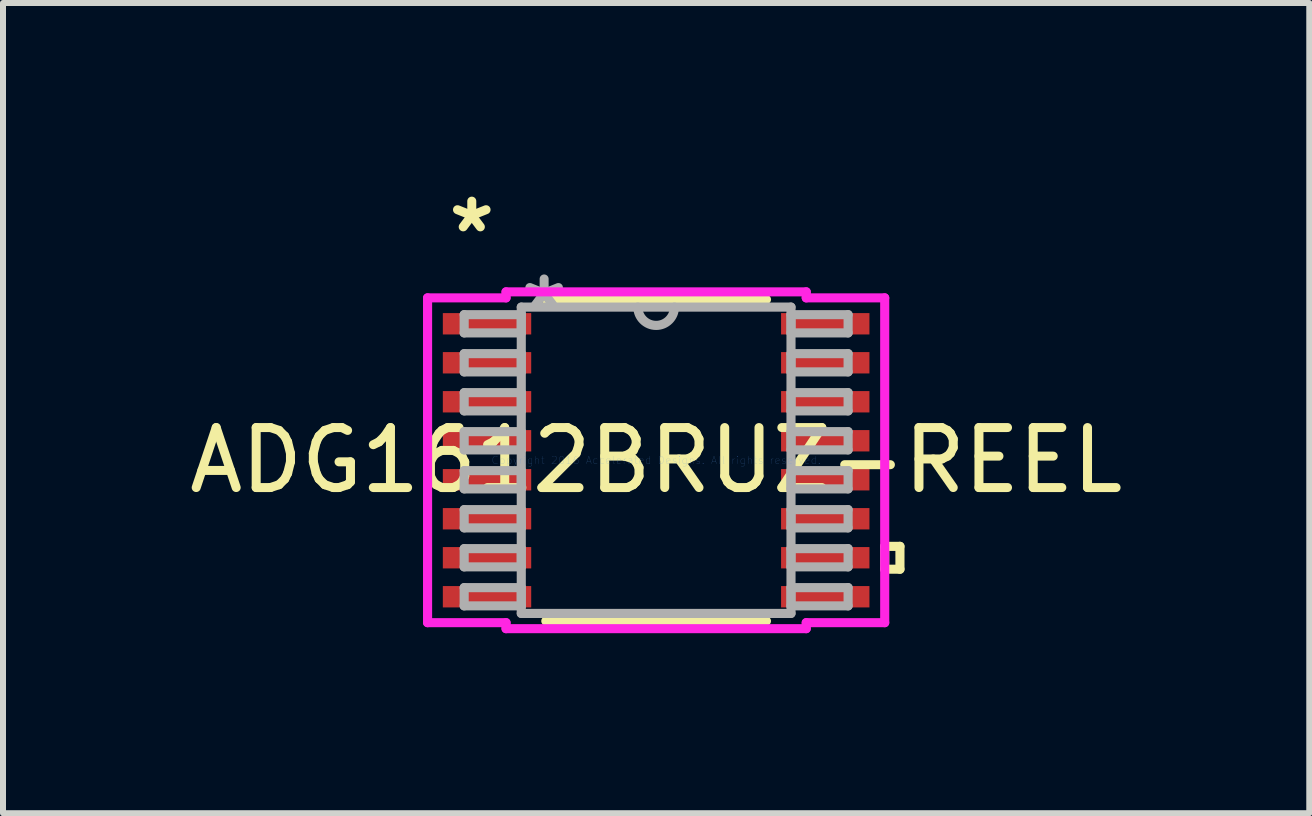
<source format=kicad_pcb>
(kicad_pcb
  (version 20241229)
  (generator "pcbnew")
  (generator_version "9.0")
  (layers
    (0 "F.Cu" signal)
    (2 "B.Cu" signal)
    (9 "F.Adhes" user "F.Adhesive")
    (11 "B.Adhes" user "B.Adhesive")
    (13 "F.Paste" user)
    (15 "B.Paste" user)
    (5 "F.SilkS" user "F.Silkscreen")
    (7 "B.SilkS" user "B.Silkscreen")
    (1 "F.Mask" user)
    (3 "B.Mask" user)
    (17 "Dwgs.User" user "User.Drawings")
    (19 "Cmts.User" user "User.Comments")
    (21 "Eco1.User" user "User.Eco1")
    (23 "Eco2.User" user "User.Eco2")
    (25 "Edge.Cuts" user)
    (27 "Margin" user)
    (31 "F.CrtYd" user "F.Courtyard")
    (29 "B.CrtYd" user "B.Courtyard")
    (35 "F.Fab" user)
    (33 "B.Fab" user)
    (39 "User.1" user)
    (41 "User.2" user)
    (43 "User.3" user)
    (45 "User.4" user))
  (footprint "ADG1612BRUZ-REEL"
    (layer "F.Cu")
    (at 7.887 4.622)
    (property "Reference" "ADG1612BRUZ-REEL" (at 0 0 0) (layer "F.SilkS") (effects (font (size 1 1) (thickness 0.15))))
    (attr through_hole)
    (fp_line (start -1.839 2.68) (end 1.839 2.68) (stroke (width 0.152) (type solid)) (layer "F.SilkS"))
    (fp_line (start 1.839 -2.68) (end -1.839 -2.68) (stroke (width 0.152) (type solid)) (layer "F.SilkS"))
    (fp_line (start 3.81 1.435) (end 4.064 1.435) (stroke (width 0.152) (type solid)) (layer "F.SilkS"))
    (fp_line (start 3.81 1.816) (end 3.81 1.435) (stroke (width 0.152) (type solid)) (layer "F.SilkS"))
    (fp_line (start 4.064 1.435) (end 4.064 1.816) (stroke (width 0.152) (type solid)) (layer "F.SilkS"))
    (fp_line (start 4.064 1.816) (end 3.81 1.816) (stroke (width 0.152) (type solid)) (layer "F.SilkS"))
    (fp_line (start -3.81 -2.707) (end -2.502 -2.707) (stroke (width 0.152) (type solid)) (layer "F.CrtYd"))
    (fp_line (start -3.81 2.707) (end -3.81 -2.707) (stroke (width 0.152) (type solid)) (layer "F.CrtYd"))
    (fp_line (start -2.502 -2.807) (end 2.502 -2.807) (stroke (width 0.152) (type solid)) (layer "F.CrtYd"))
    (fp_line (start -2.502 -2.707) (end -2.502 -2.807) (stroke (width 0.152) (type solid)) (layer "F.CrtYd"))
    (fp_line (start -2.502 2.707) (end -3.81 2.707) (stroke (width 0.152) (type solid)) (layer "F.CrtYd"))
    (fp_line (start -2.502 2.807) (end -2.502 2.707) (stroke (width 0.152) (type solid)) (layer "F.CrtYd"))
    (fp_line (start 2.502 -2.807) (end 2.502 -2.707) (stroke (width 0.152) (type solid)) (layer "F.CrtYd"))
    (fp_line (start 2.502 -2.707) (end 3.81 -2.707) (stroke (width 0.152) (type solid)) (layer "F.CrtYd"))
    (fp_line (start 2.502 2.707) (end 2.502 2.807) (stroke (width 0.152) (type solid)) (layer "F.CrtYd"))
    (fp_line (start 2.502 2.807) (end -2.502 2.807) (stroke (width 0.152) (type solid)) (layer "F.CrtYd"))
    (fp_line (start 3.81 -2.707) (end 3.81 2.707) (stroke (width 0.152) (type solid)) (layer "F.CrtYd"))
    (fp_line (start 3.81 2.707) (end 2.502 2.707) (stroke (width 0.152) (type solid)) (layer "F.CrtYd"))
    (fp_line (start -3.2 -2.427) (end -3.2 -2.123) (stroke (width 0.152) (type solid)) (layer "F.Fab"))
    (fp_line (start -3.2 -2.123) (end -2.248 -2.123) (stroke (width 0.152) (type solid)) (layer "F.Fab"))
    (fp_line (start -3.2 -1.777) (end -3.2 -1.473) (stroke (width 0.152) (type solid)) (layer "F.Fab"))
    (fp_line (start -3.2 -1.473) (end -2.248 -1.473) (stroke (width 0.152) (type solid)) (layer "F.Fab"))
    (fp_line (start -3.2 -1.127) (end -3.2 -0.823) (stroke (width 0.152) (type solid)) (layer "F.Fab"))
    (fp_line (start -3.2 -0.823) (end -2.248 -0.823) (stroke (width 0.152) (type solid)) (layer "F.Fab"))
    (fp_line (start -3.2 -0.477) (end -3.2 -0.173) (stroke (width 0.152) (type solid)) (layer "F.Fab"))
    (fp_line (start -3.2 -0.173) (end -2.248 -0.173) (stroke (width 0.152) (type solid)) (layer "F.Fab"))
    (fp_line (start -3.2 0.173) (end -3.2 0.477) (stroke (width 0.152) (type solid)) (layer "F.Fab"))
    (fp_line (start -3.2 0.477) (end -2.248 0.477) (stroke (width 0.152) (type solid)) (layer "F.Fab"))
    (fp_line (start -3.2 0.823) (end -3.2 1.127) (stroke (width 0.152) (type solid)) (layer "F.Fab"))
    (fp_line (start -3.2 1.127) (end -2.248 1.127) (stroke (width 0.152) (type solid)) (layer "F.Fab"))
    (fp_line (start -3.2 1.473) (end -3.2 1.777) (stroke (width 0.152) (type solid)) (layer "F.Fab"))
    (fp_line (start -3.2 1.777) (end -2.248 1.777) (stroke (width 0.152) (type solid)) (layer "F.Fab"))
    (fp_line (start -3.2 2.123) (end -3.2 2.427) (stroke (width 0.152) (type solid)) (layer "F.Fab"))
    (fp_line (start -3.2 2.427) (end -2.248 2.427) (stroke (width 0.152) (type solid)) (layer "F.Fab"))
    (fp_line (start -2.248 -2.553) (end -2.248 2.553) (stroke (width 0.152) (type solid)) (layer "F.Fab"))
    (fp_line (start -2.248 -2.427) (end -3.2 -2.427) (stroke (width 0.152) (type solid)) (layer "F.Fab"))
    (fp_line (start -2.248 -2.123) (end -2.248 -2.427) (stroke (width 0.152) (type solid)) (layer "F.Fab"))
    (fp_line (start -2.248 -1.777) (end -3.2 -1.777) (stroke (width 0.152) (type solid)) (layer "F.Fab"))
    (fp_line (start -2.248 -1.473) (end -2.248 -1.777) (stroke (width 0.152) (type solid)) (layer "F.Fab"))
    (fp_line (start -2.248 -1.127) (end -3.2 -1.127) (stroke (width 0.152) (type solid)) (layer "F.Fab"))
    (fp_line (start -2.248 -0.823) (end -2.248 -1.127) (stroke (width 0.152) (type solid)) (layer "F.Fab"))
    (fp_line (start -2.248 -0.477) (end -3.2 -0.477) (stroke (width 0.152) (type solid)) (layer "F.Fab"))
    (fp_line (start -2.248 -0.173) (end -2.248 -0.477) (stroke (width 0.152) (type solid)) (layer "F.Fab"))
    (fp_line (start -2.248 0.173) (end -3.2 0.173) (stroke (width 0.152) (type solid)) (layer "F.Fab"))
    (fp_line (start -2.248 0.477) (end -2.248 0.173) (stroke (width 0.152) (type solid)) (layer "F.Fab"))
    (fp_line (start -2.248 0.823) (end -3.2 0.823) (stroke (width 0.152) (type solid)) (layer "F.Fab"))
    (fp_line (start -2.248 1.127) (end -2.248 0.823) (stroke (width 0.152) (type solid)) (layer "F.Fab"))
    (fp_line (start -2.248 1.473) (end -3.2 1.473) (stroke (width 0.152) (type solid)) (layer "F.Fab"))
    (fp_line (start -2.248 1.777) (end -2.248 1.473) (stroke (width 0.152) (type solid)) (layer "F.Fab"))
    (fp_line (start -2.248 2.123) (end -3.2 2.123) (stroke (width 0.152) (type solid)) (layer "F.Fab"))
    (fp_line (start -2.248 2.427) (end -2.248 2.123) (stroke (width 0.152) (type solid)) (layer "F.Fab"))
    (fp_line (start -2.248 2.553) (end 2.248 2.553) (stroke (width 0.152) (type solid)) (layer "F.Fab"))
    (fp_line (start 2.248 -2.553) (end -2.248 -2.553) (stroke (width 0.152) (type solid)) (layer "F.Fab"))
    (fp_line (start 2.248 -2.427) (end 2.248 -2.123) (stroke (width 0.152) (type solid)) (layer "F.Fab"))
    (fp_line (start 2.248 -2.123) (end 3.2 -2.123) (stroke (width 0.152) (type solid)) (layer "F.Fab"))
    (fp_line (start 2.248 -1.777) (end 2.248 -1.473) (stroke (width 0.152) (type solid)) (layer "F.Fab"))
    (fp_line (start 2.248 -1.473) (end 3.2 -1.473) (stroke (width 0.152) (type solid)) (layer "F.Fab"))
    (fp_line (start 2.248 -1.127) (end 2.248 -0.823) (stroke (width 0.152) (type solid)) (layer "F.Fab"))
    (fp_line (start 2.248 -0.823) (end 3.2 -0.823) (stroke (width 0.152) (type solid)) (layer "F.Fab"))
    (fp_line (start 2.248 -0.477) (end 2.248 -0.173) (stroke (width 0.152) (type solid)) (layer "F.Fab"))
    (fp_line (start 2.248 -0.173) (end 3.2 -0.173) (stroke (width 0.152) (type solid)) (layer "F.Fab"))
    (fp_line (start 2.248 0.173) (end 2.248 0.477) (stroke (width 0.152) (type solid)) (layer "F.Fab"))
    (fp_line (start 2.248 0.477) (end 3.2 0.477) (stroke (width 0.152) (type solid)) (layer "F.Fab"))
    (fp_line (start 2.248 0.823) (end 2.248 1.127) (stroke (width 0.152) (type solid)) (layer "F.Fab"))
    (fp_line (start 2.248 1.127) (end 3.2 1.127) (stroke (width 0.152) (type solid)) (layer "F.Fab"))
    (fp_line (start 2.248 1.473) (end 2.248 1.777) (stroke (width 0.152) (type solid)) (layer "F.Fab"))
    (fp_line (start 2.248 1.777) (end 3.2 1.777) (stroke (width 0.152) (type solid)) (layer "F.Fab"))
    (fp_line (start 2.248 2.123) (end 2.248 2.427) (stroke (width 0.152) (type solid)) (layer "F.Fab"))
    (fp_line (start 2.248 2.427) (end 3.2 2.427) (stroke (width 0.152) (type solid)) (layer "F.Fab"))
    (fp_line (start 2.248 2.553) (end 2.248 -2.553) (stroke (width 0.152) (type solid)) (layer "F.Fab"))
    (fp_line (start 3.2 -2.427) (end 2.248 -2.427) (stroke (width 0.152) (type solid)) (layer "F.Fab"))
    (fp_line (start 3.2 -2.123) (end 3.2 -2.427) (stroke (width 0.152) (type solid)) (layer "F.Fab"))
    (fp_line (start 3.2 -1.777) (end 2.248 -1.777) (stroke (width 0.152) (type solid)) (layer "F.Fab"))
    (fp_line (start 3.2 -1.473) (end 3.2 -1.777) (stroke (width 0.152) (type solid)) (layer "F.Fab"))
    (fp_line (start 3.2 -1.127) (end 2.248 -1.127) (stroke (width 0.152) (type solid)) (layer "F.Fab"))
    (fp_line (start 3.2 -0.823) (end 3.2 -1.127) (stroke (width 0.152) (type solid)) (layer "F.Fab"))
    (fp_line (start 3.2 -0.477) (end 2.248 -0.477) (stroke (width 0.152) (type solid)) (layer "F.Fab"))
    (fp_line (start 3.2 -0.173) (end 3.2 -0.477) (stroke (width 0.152) (type solid)) (layer "F.Fab"))
    (fp_line (start 3.2 0.173) (end 2.248 0.173) (stroke (width 0.152) (type solid)) (layer "F.Fab"))
    (fp_line (start 3.2 0.477) (end 3.2 0.173) (stroke (width 0.152) (type solid)) (layer "F.Fab"))
    (fp_line (start 3.2 0.823) (end 2.248 0.823) (stroke (width 0.152) (type solid)) (layer "F.Fab"))
    (fp_line (start 3.2 1.127) (end 3.2 0.823) (stroke (width 0.152) (type solid)) (layer "F.Fab"))
    (fp_line (start 3.2 1.473) (end 2.248 1.473) (stroke (width 0.152) (type solid)) (layer "F.Fab"))
    (fp_line (start 3.2 1.777) (end 3.2 1.473) (stroke (width 0.152) (type solid)) (layer "F.Fab"))
    (fp_line (start 3.2 2.123) (end 2.248 2.123) (stroke (width 0.152) (type solid)) (layer "F.Fab"))
    (fp_line (start 3.2 2.427) (end 3.2 2.123) (stroke (width 0.152) (type solid)) (layer "F.Fab"))
    (fp_arc (start 0.3048 -2.5527) (mid 0 -2.2479) (end -0.3048 -2.5527) (stroke (width 0.1524) (type solid)) (layer "F.Fab"))
    (fp_text user "*" (at -3.073 -3.774 0) (layer "F.SilkS") (effects (font (size 1 1) (thickness 0.15))))
    (fp_text user "Copyright 2016 Accelerated Designs. All rights reserved." (at 0 0 0) (layer "Cmts.User") (effects (font (size 0.127 0.127) (thickness 0.002))))
    (fp_text user "*" (at -1.867 -2.477 0) (layer "F.Fab") (effects (font (size 1 1) (thickness 0.15))))
    (pad "1" smd rect (at -2.819 -2.275) (size 1.473 0.356) (layers "F.Cu" "F.Mask" "F.Paste"))
    (pad "2" smd rect (at -2.819 -1.625) (size 1.473 0.356) (layers "F.Cu" "F.Mask" "F.Paste"))
    (pad "3" smd rect (at -2.819 -0.975) (size 1.473 0.356) (layers "F.Cu" "F.Mask" "F.Paste"))
    (pad "4" smd rect (at -2.819 -0.325) (size 1.473 0.356) (layers "F.Cu" "F.Mask" "F.Paste"))
    (pad "5" smd rect (at -2.819 0.325) (size 1.473 0.356) (layers "F.Cu" "F.Mask" "F.Paste"))
    (pad "6" smd rect (at -2.819 0.975) (size 1.473 0.356) (layers "F.Cu" "F.Mask" "F.Paste"))
    (pad "7" smd rect (at -2.819 1.625) (size 1.473 0.356) (layers "F.Cu" "F.Mask" "F.Paste"))
    (pad "8" smd rect (at -2.819 2.275) (size 1.473 0.356) (layers "F.Cu" "F.Mask" "F.Paste"))
    (pad "9" smd rect (at 2.819 2.275) (size 1.473 0.356) (layers "F.Cu" "F.Mask" "F.Paste"))
    (pad "10" smd rect (at 2.819 1.625) (size 1.473 0.356) (layers "F.Cu" "F.Mask" "F.Paste"))
    (pad "11" smd rect (at 2.819 0.975) (size 1.473 0.356) (layers "F.Cu" "F.Mask" "F.Paste"))
    (pad "12" smd rect (at 2.819 0.325) (size 1.473 0.356) (layers "F.Cu" "F.Mask" "F.Paste"))
    (pad "13" smd rect (at 2.819 -0.325) (size 1.473 0.356) (layers "F.Cu" "F.Mask" "F.Paste"))
    (pad "14" smd rect (at 2.819 -0.975) (size 1.473 0.356) (layers "F.Cu" "F.Mask" "F.Paste"))
    (pad "15" smd rect (at 2.819 -1.625) (size 1.473 0.356) (layers "F.Cu" "F.Mask" "F.Paste"))
    (pad "16" smd rect (at 2.819 -2.275) (size 1.473 0.356) (layers "F.Cu" "F.Mask" "F.Paste")))
  (gr_rect
    (start -3 -3)
    (end 18.774 10.505)
    (stroke (width 0.1) (type default))
    (fill no)
    (layer "Edge.Cuts")))
</source>
